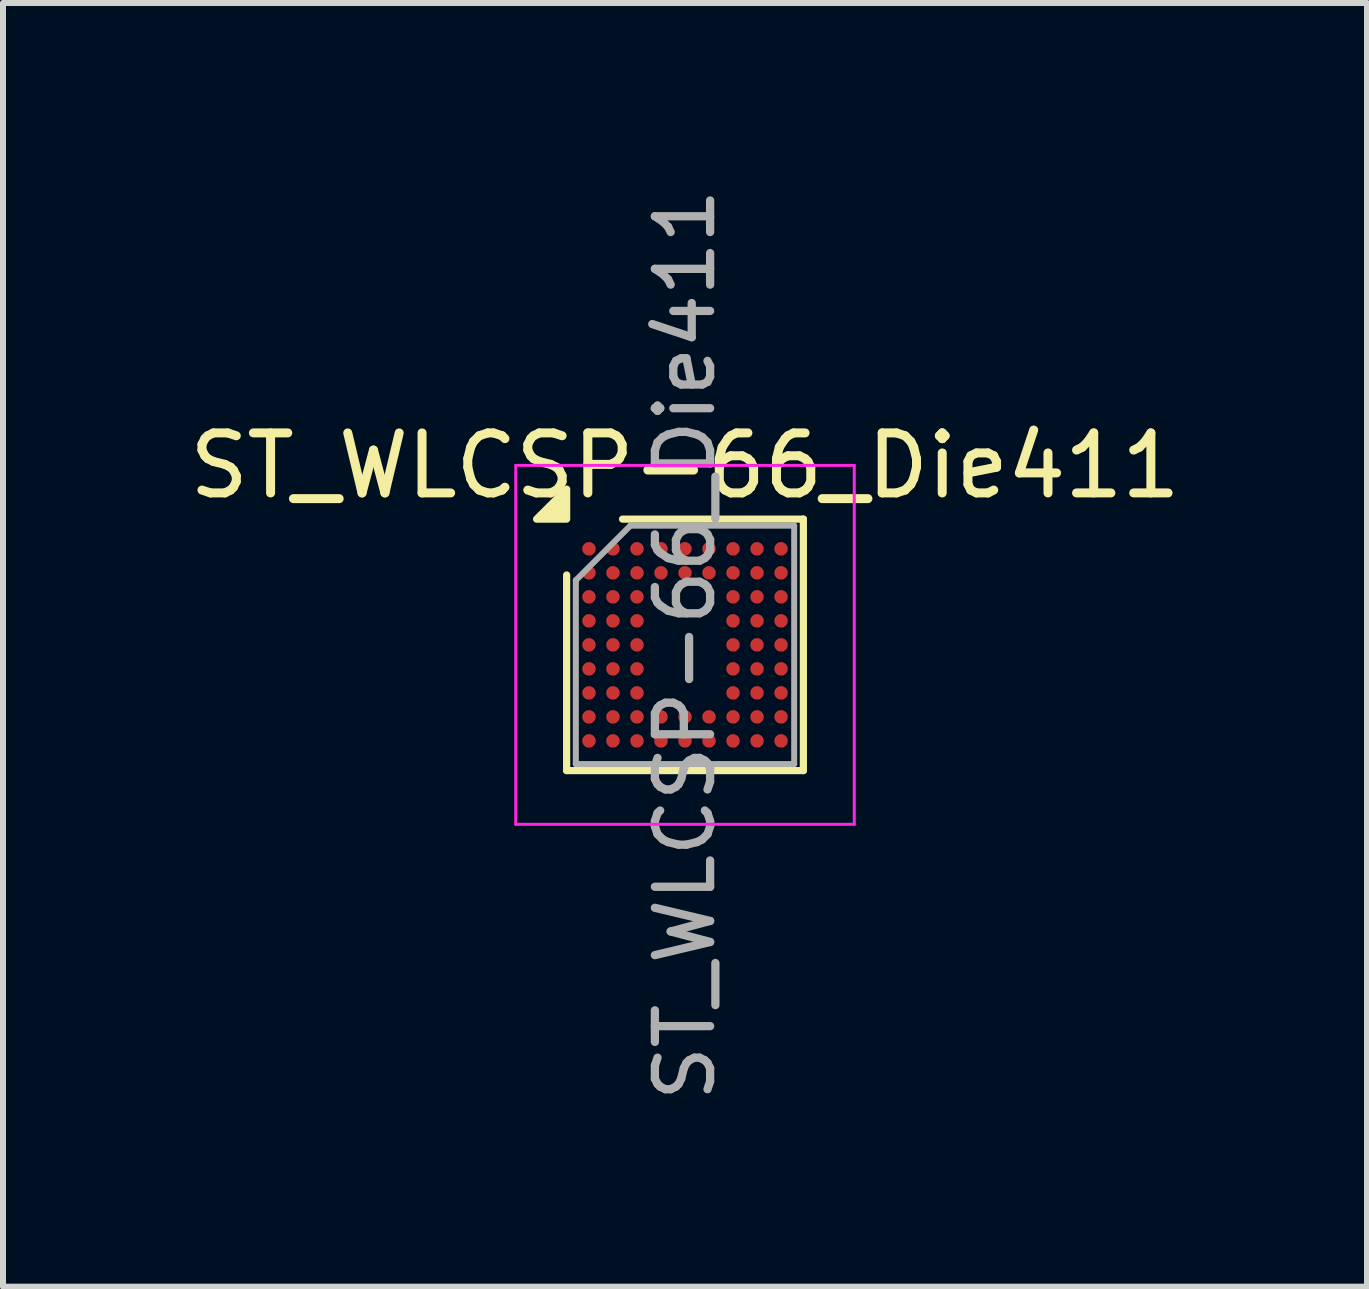
<source format=kicad_pcb>
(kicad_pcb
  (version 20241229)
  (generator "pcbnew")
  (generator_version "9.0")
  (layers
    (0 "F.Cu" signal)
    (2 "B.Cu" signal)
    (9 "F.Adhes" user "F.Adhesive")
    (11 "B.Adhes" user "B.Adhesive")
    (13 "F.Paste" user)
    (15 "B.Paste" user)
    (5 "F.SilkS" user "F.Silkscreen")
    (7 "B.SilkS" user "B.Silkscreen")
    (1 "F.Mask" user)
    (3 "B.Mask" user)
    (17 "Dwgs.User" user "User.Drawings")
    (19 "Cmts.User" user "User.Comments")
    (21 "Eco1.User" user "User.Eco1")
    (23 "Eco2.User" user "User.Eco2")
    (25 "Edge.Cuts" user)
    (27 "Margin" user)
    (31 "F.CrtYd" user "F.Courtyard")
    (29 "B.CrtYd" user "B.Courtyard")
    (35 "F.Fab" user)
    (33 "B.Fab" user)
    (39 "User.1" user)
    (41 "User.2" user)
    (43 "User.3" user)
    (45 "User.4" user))
  (footprint "ST_WLCSP-66_Die411"
    (layer "F.Cu")
    (at 8.363 7.694)
    (property "Reference" "ST_WLCSP-66_Die411" (at 0 -2.986 0) (layer "F.SilkS") (effects (font (size 1 1) (thickness 0.15))))
    (attr smd)
    (fp_line (start -1.972 2.095) (end -1.972 -1.164) (stroke (width 0.12) (type solid)) (layer "F.SilkS"))
    (fp_line (start -1.041 -2.095) (end 1.972 -2.095) (stroke (width 0.12) (type solid)) (layer "F.SilkS"))
    (fp_line (start 1.972 -2.095) (end 1.972 2.095) (stroke (width 0.12) (type solid)) (layer "F.SilkS"))
    (fp_line (start 1.972 2.095) (end -1.972 2.095) (stroke (width 0.12) (type solid)) (layer "F.SilkS"))
    (fp_poly (pts (xy -1.972 -2.095) (xy -2.473 -2.095) (xy -1.972 -2.595) (xy -1.972 -2.095)) (stroke (width 0.12) (type solid)) (fill yes) (layer "F.SilkS"))
    (fp_line (start -2.82 -2.99) (end -2.82 2.99) (stroke (width 0.05) (type solid)) (layer "F.CrtYd"))
    (fp_line (start -2.82 2.99) (end 2.82 2.99) (stroke (width 0.05) (type solid)) (layer "F.CrtYd"))
    (fp_line (start 2.82 -2.99) (end -2.82 -2.99) (stroke (width 0.05) (type solid)) (layer "F.CrtYd"))
    (fp_line (start 2.82 2.99) (end 2.82 -2.99) (stroke (width 0.05) (type solid)) (layer "F.CrtYd"))
    (fp_line (start -1.819 -1.076) (end -0.91 -1.986) (stroke (width 0.1) (type solid)) (layer "F.Fab"))
    (fp_line (start -1.819 1.986) (end -1.819 -1.076) (stroke (width 0.1) (type solid)) (layer "F.Fab"))
    (fp_line (start -0.91 -1.986) (end 1.819 -1.986) (stroke (width 0.1) (type solid)) (layer "F.Fab"))
    (fp_line (start 1.819 -1.986) (end 1.819 1.986) (stroke (width 0.1) (type solid)) (layer "F.Fab"))
    (fp_line (start 1.819 1.986) (end -1.819 1.986) (stroke (width 0.1) (type solid)) (layer "F.Fab"))
    (fp_text user "${REFERENCE}" (at 0 0 270) (layer "F.Fab") (effects (font (size 0.92 0.92) (thickness 0.138))))
    (pad "A1" smd circle (at -1.6 -1.6) (size 0.225 0.225) (property pad_prop_bga) (layers "F.Cu" "F.Mask" "F.Paste"))
    (pad "A2" smd circle (at -1.2 -1.6) (size 0.225 0.225) (property pad_prop_bga) (layers "F.Cu" "F.Mask" "F.Paste"))
    (pad "A3" smd circle (at -0.8 -1.6) (size 0.225 0.225) (property pad_prop_bga) (layers "F.Cu" "F.Mask" "F.Paste"))
    (pad "A4" smd circle (at -0.4 -1.6) (size 0.225 0.225) (property pad_prop_bga) (layers "F.Cu" "F.Mask" "F.Paste"))
    (pad "A5" smd circle (at 0 -1.6) (size 0.225 0.225) (property pad_prop_bga) (layers "F.Cu" "F.Mask" "F.Paste"))
    (pad "A6" smd circle (at 0.4 -1.6) (size 0.225 0.225) (property pad_prop_bga) (layers "F.Cu" "F.Mask" "F.Paste"))
    (pad "A7" smd circle (at 0.8 -1.6) (size 0.225 0.225) (property pad_prop_bga) (layers "F.Cu" "F.Mask" "F.Paste"))
    (pad "A8" smd circle (at 1.2 -1.6) (size 0.225 0.225) (property pad_prop_bga) (layers "F.Cu" "F.Mask" "F.Paste"))
    (pad "A9" smd circle (at 1.6 -1.6) (size 0.225 0.225) (property pad_prop_bga) (layers "F.Cu" "F.Mask" "F.Paste"))
    (pad "B1" smd circle (at -1.6 -1.2) (size 0.225 0.225) (property pad_prop_bga) (layers "F.Cu" "F.Mask" "F.Paste"))
    (pad "B2" smd circle (at -1.2 -1.2) (size 0.225 0.225) (property pad_prop_bga) (layers "F.Cu" "F.Mask" "F.Paste"))
    (pad "B3" smd circle (at -0.8 -1.2) (size 0.225 0.225) (property pad_prop_bga) (layers "F.Cu" "F.Mask" "F.Paste"))
    (pad "B4" smd circle (at -0.4 -1.2) (size 0.225 0.225) (property pad_prop_bga) (layers "F.Cu" "F.Mask" "F.Paste"))
    (pad "B5" smd circle (at 0 -1.2) (size 0.225 0.225) (property pad_prop_bga) (layers "F.Cu" "F.Mask" "F.Paste"))
    (pad "B6" smd circle (at 0.4 -1.2) (size 0.225 0.225) (property pad_prop_bga) (layers "F.Cu" "F.Mask" "F.Paste"))
    (pad "B7" smd circle (at 0.8 -1.2) (size 0.225 0.225) (property pad_prop_bga) (layers "F.Cu" "F.Mask" "F.Paste"))
    (pad "B8" smd circle (at 1.2 -1.2) (size 0.225 0.225) (property pad_prop_bga) (layers "F.Cu" "F.Mask" "F.Paste"))
    (pad "B9" smd circle (at 1.6 -1.2) (size 0.225 0.225) (property pad_prop_bga) (layers "F.Cu" "F.Mask" "F.Paste"))
    (pad "C1" smd circle (at -1.6 -0.8) (size 0.225 0.225) (property pad_prop_bga) (layers "F.Cu" "F.Mask" "F.Paste"))
    (pad "C2" smd circle (at -1.2 -0.8) (size 0.225 0.225) (property pad_prop_bga) (layers "F.Cu" "F.Mask" "F.Paste"))
    (pad "C3" smd circle (at -0.8 -0.8) (size 0.225 0.225) (property pad_prop_bga) (layers "F.Cu" "F.Mask" "F.Paste"))
    (pad "C7" smd circle (at 0.8 -0.8) (size 0.225 0.225) (property pad_prop_bga) (layers "F.Cu" "F.Mask" "F.Paste"))
    (pad "C8" smd circle (at 1.2 -0.8) (size 0.225 0.225) (property pad_prop_bga) (layers "F.Cu" "F.Mask" "F.Paste"))
    (pad "C9" smd circle (at 1.6 -0.8) (size 0.225 0.225) (property pad_prop_bga) (layers "F.Cu" "F.Mask" "F.Paste"))
    (pad "D1" smd circle (at -1.6 -0.4) (size 0.225 0.225) (property pad_prop_bga) (layers "F.Cu" "F.Mask" "F.Paste"))
    (pad "D2" smd circle (at -1.2 -0.4) (size 0.225 0.225) (property pad_prop_bga) (layers "F.Cu" "F.Mask" "F.Paste"))
    (pad "D3" smd circle (at -0.8 -0.4) (size 0.225 0.225) (property pad_prop_bga) (layers "F.Cu" "F.Mask" "F.Paste"))
    (pad "D7" smd circle (at 0.8 -0.4) (size 0.225 0.225) (property pad_prop_bga) (layers "F.Cu" "F.Mask" "F.Paste"))
    (pad "D8" smd circle (at 1.2 -0.4) (size 0.225 0.225) (property pad_prop_bga) (layers "F.Cu" "F.Mask" "F.Paste"))
    (pad "D9" smd circle (at 1.6 -0.4) (size 0.225 0.225) (property pad_prop_bga) (layers "F.Cu" "F.Mask" "F.Paste"))
    (pad "E1" smd circle (at -1.6 0) (size 0.225 0.225) (property pad_prop_bga) (layers "F.Cu" "F.Mask" "F.Paste"))
    (pad "E2" smd circle (at -1.2 0) (size 0.225 0.225) (property pad_prop_bga) (layers "F.Cu" "F.Mask" "F.Paste"))
    (pad "E3" smd circle (at -0.8 0) (size 0.225 0.225) (property pad_prop_bga) (layers "F.Cu" "F.Mask" "F.Paste"))
    (pad "E7" smd circle (at 0.8 0) (size 0.225 0.225) (property pad_prop_bga) (layers "F.Cu" "F.Mask" "F.Paste"))
    (pad "E8" smd circle (at 1.2 0) (size 0.225 0.225) (property pad_prop_bga) (layers "F.Cu" "F.Mask" "F.Paste"))
    (pad "E9" smd circle (at 1.6 0) (size 0.225 0.225) (property pad_prop_bga) (layers "F.Cu" "F.Mask" "F.Paste"))
    (pad "F1" smd circle (at -1.6 0.4) (size 0.225 0.225) (property pad_prop_bga) (layers "F.Cu" "F.Mask" "F.Paste"))
    (pad "F2" smd circle (at -1.2 0.4) (size 0.225 0.225) (property pad_prop_bga) (layers "F.Cu" "F.Mask" "F.Paste"))
    (pad "F3" smd circle (at -0.8 0.4) (size 0.225 0.225) (property pad_prop_bga) (layers "F.Cu" "F.Mask" "F.Paste"))
    (pad "F7" smd circle (at 0.8 0.4) (size 0.225 0.225) (property pad_prop_bga) (layers "F.Cu" "F.Mask" "F.Paste"))
    (pad "F8" smd circle (at 1.2 0.4) (size 0.225 0.225) (property pad_prop_bga) (layers "F.Cu" "F.Mask" "F.Paste"))
    (pad "F9" smd circle (at 1.6 0.4) (size 0.225 0.225) (property pad_prop_bga) (layers "F.Cu" "F.Mask" "F.Paste"))
    (pad "G1" smd circle (at -1.6 0.8) (size 0.225 0.225) (property pad_prop_bga) (layers "F.Cu" "F.Mask" "F.Paste"))
    (pad "G2" smd circle (at -1.2 0.8) (size 0.225 0.225) (property pad_prop_bga) (layers "F.Cu" "F.Mask" "F.Paste"))
    (pad "G3" smd circle (at -0.8 0.8) (size 0.225 0.225) (property pad_prop_bga) (layers "F.Cu" "F.Mask" "F.Paste"))
    (pad "G7" smd circle (at 0.8 0.8) (size 0.225 0.225) (property pad_prop_bga) (layers "F.Cu" "F.Mask" "F.Paste"))
    (pad "G8" smd circle (at 1.2 0.8) (size 0.225 0.225) (property pad_prop_bga) (layers "F.Cu" "F.Mask" "F.Paste"))
    (pad "G9" smd circle (at 1.6 0.8) (size 0.225 0.225) (property pad_prop_bga) (layers "F.Cu" "F.Mask" "F.Paste"))
    (pad "H1" smd circle (at -1.6 1.2) (size 0.225 0.225) (property pad_prop_bga) (layers "F.Cu" "F.Mask" "F.Paste"))
    (pad "H2" smd circle (at -1.2 1.2) (size 0.225 0.225) (property pad_prop_bga) (layers "F.Cu" "F.Mask" "F.Paste"))
    (pad "H3" smd circle (at -0.8 1.2) (size 0.225 0.225) (property pad_prop_bga) (layers "F.Cu" "F.Mask" "F.Paste"))
    (pad "H4" smd circle (at -0.4 1.2) (size 0.225 0.225) (property pad_prop_bga) (layers "F.Cu" "F.Mask" "F.Paste"))
    (pad "H5" smd circle (at 0 1.2) (size 0.225 0.225) (property pad_prop_bga) (layers "F.Cu" "F.Mask" "F.Paste"))
    (pad "H6" smd circle (at 0.4 1.2) (size 0.225 0.225) (property pad_prop_bga) (layers "F.Cu" "F.Mask" "F.Paste"))
    (pad "H7" smd circle (at 0.8 1.2) (size 0.225 0.225) (property pad_prop_bga) (layers "F.Cu" "F.Mask" "F.Paste"))
    (pad "H8" smd circle (at 1.2 1.2) (size 0.225 0.225) (property pad_prop_bga) (layers "F.Cu" "F.Mask" "F.Paste"))
    (pad "H9" smd circle (at 1.6 1.2) (size 0.225 0.225) (property pad_prop_bga) (layers "F.Cu" "F.Mask" "F.Paste"))
    (pad "J1" smd circle (at -1.6 1.6) (size 0.225 0.225) (property pad_prop_bga) (layers "F.Cu" "F.Mask" "F.Paste"))
    (pad "J2" smd circle (at -1.2 1.6) (size 0.225 0.225) (property pad_prop_bga) (layers "F.Cu" "F.Mask" "F.Paste"))
    (pad "J3" smd circle (at -0.8 1.6) (size 0.225 0.225) (property pad_prop_bga) (layers "F.Cu" "F.Mask" "F.Paste"))
    (pad "J4" smd circle (at -0.4 1.6) (size 0.225 0.225) (property pad_prop_bga) (layers "F.Cu" "F.Mask" "F.Paste"))
    (pad "J5" smd circle (at 0 1.6) (size 0.225 0.225) (property pad_prop_bga) (layers "F.Cu" "F.Mask" "F.Paste"))
    (pad "J6" smd circle (at 0.4 1.6) (size 0.225 0.225) (property pad_prop_bga) (layers "F.Cu" "F.Mask" "F.Paste"))
    (pad "J7" smd circle (at 0.8 1.6) (size 0.225 0.225) (property pad_prop_bga) (layers "F.Cu" "F.Mask" "F.Paste"))
    (pad "J8" smd circle (at 1.2 1.6) (size 0.225 0.225) (property pad_prop_bga) (layers "F.Cu" "F.Mask" "F.Paste"))
    (pad "J9" smd circle (at 1.6 1.6) (size 0.225 0.225) (property pad_prop_bga) (layers "F.Cu" "F.Mask" "F.Paste")))
  (gr_rect
    (start -3 -3)
    (end 19.726 18.388)
    (stroke (width 0.1) (type default))
    (fill no)
    (layer "Edge.Cuts")))
</source>
